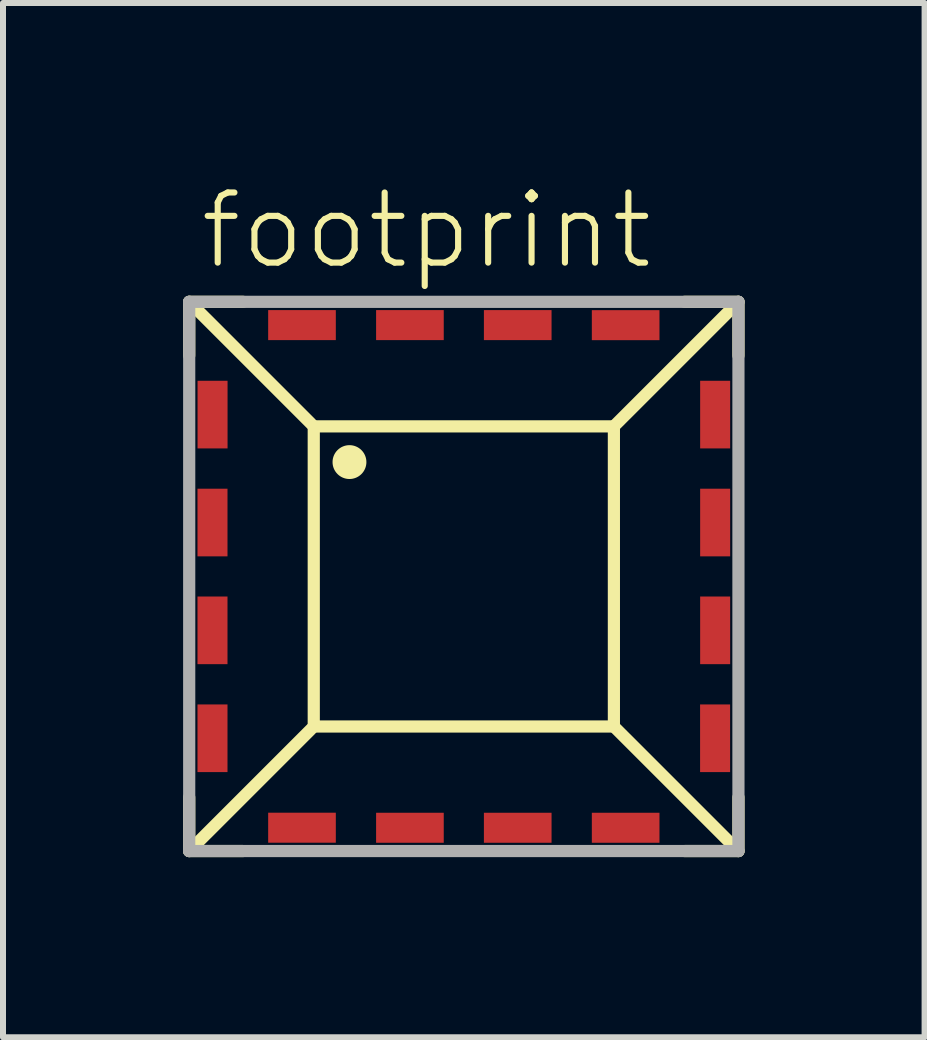
<source format=kicad_pcb>
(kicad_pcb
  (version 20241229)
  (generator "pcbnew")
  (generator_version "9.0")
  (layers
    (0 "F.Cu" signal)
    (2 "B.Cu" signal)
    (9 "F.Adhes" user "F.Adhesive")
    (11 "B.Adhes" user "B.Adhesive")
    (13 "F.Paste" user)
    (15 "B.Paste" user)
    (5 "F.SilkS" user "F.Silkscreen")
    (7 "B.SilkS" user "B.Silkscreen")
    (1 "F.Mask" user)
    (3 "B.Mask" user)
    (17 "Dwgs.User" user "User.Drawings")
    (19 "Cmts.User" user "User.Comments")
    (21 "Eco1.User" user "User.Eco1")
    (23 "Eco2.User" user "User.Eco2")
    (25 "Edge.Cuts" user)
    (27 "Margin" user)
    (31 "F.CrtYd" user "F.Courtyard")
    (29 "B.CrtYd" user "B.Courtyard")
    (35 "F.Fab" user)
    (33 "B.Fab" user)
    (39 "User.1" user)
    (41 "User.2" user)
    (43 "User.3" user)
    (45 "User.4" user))
  (footprint "footprint"
    (layer "F.Cu")
    (at 4.677 6.553)
    (property "Reference" "footprint" (at -4.445 -5.08 0) (layer "F.SilkS") (effects (font (size 1.168 1.168) (thickness 0.102)) (justify left bottom)))
    (fp_line (start -4.575 -4.575) (end -3.68 -4.575) (stroke (width 0.203) (type solid)) (layer "F.SilkS"))
    (fp_line (start -4.575 -3.68) (end -4.575 -4.575) (stroke (width 0.203) (type solid)) (layer "F.SilkS"))
    (fp_line (start -4.575 4.575) (end -4.575 3.68) (stroke (width 0.203) (type solid)) (layer "F.SilkS"))
    (fp_line (start -4.445 -4.445) (end -2.54 -2.54) (stroke (width 0.203) (type solid)) (layer "F.SilkS"))
    (fp_line (start -4.445 4.445) (end -2.54 2.54) (stroke (width 0.203) (type solid)) (layer "F.SilkS"))
    (fp_line (start -3.68 4.575) (end -4.575 4.575) (stroke (width 0.203) (type solid)) (layer "F.SilkS"))
    (fp_line (start -2.5 -2.5) (end 2.5 -2.5) (stroke (width 0.203) (type solid)) (layer "F.SilkS"))
    (fp_line (start -2.5 2.5) (end -2.5 -2.5) (stroke (width 0.203) (type solid)) (layer "F.SilkS"))
    (fp_line (start 2.5 -2.5) (end 2.5 2.5) (stroke (width 0.203) (type solid)) (layer "F.SilkS"))
    (fp_line (start 2.5 2.5) (end -2.5 2.5) (stroke (width 0.203) (type solid)) (layer "F.SilkS"))
    (fp_line (start 2.54 -2.54) (end 4.445 -4.445) (stroke (width 0.203) (type solid)) (layer "F.SilkS"))
    (fp_line (start 3.68 -4.575) (end 4.575 -4.575) (stroke (width 0.203) (type solid)) (layer "F.SilkS"))
    (fp_line (start 4.445 4.445) (end 2.54 2.54) (stroke (width 0.203) (type solid)) (layer "F.SilkS"))
    (fp_line (start 4.575 -4.575) (end 4.575 -3.68) (stroke (width 0.203) (type solid)) (layer "F.SilkS"))
    (fp_line (start 4.575 3.68) (end 4.575 4.575) (stroke (width 0.203) (type solid)) (layer "F.SilkS"))
    (fp_line (start 4.575 4.575) (end 3.68 4.575) (stroke (width 0.203) (type solid)) (layer "F.SilkS"))
    (fp_circle (center -1.905 -1.905) (end -1.764 -1.905) (stroke (width 0.282) (type solid)) (fill yes) (layer "F.SilkS"))
    (fp_line (start -4.575 -4.575) (end 4.575 -4.575) (stroke (width 0.203) (type solid)) (layer "F.Fab"))
    (fp_line (start -4.575 4.575) (end -4.575 -4.575) (stroke (width 0.203) (type solid)) (layer "F.Fab"))
    (fp_line (start 4.575 -4.575) (end 4.575 4.575) (stroke (width 0.203) (type solid)) (layer "F.Fab"))
    (fp_line (start 4.575 4.575) (end -4.575 4.575) (stroke (width 0.203) (type solid)) (layer "F.Fab"))
    (pad "1" smd rect (at -4.186 -2.696) (size 0.5 1.127) (layers "F.Cu" "F.Mask" "F.Paste"))
    (pad "2" smd rect (at -4.187 -0.898) (size 0.5 1.127) (layers "F.Cu" "F.Mask" "F.Paste"))
    (pad "3" smd rect (at -4.187 0.898) (size 0.5 1.127) (layers "F.Cu" "F.Mask" "F.Paste"))
    (pad "4" smd rect (at -4.187 2.696) (size 0.5 1.127) (layers "F.Cu" "F.Mask" "F.Paste"))
    (pad "5" smd rect (at -2.696 4.186 90) (size 0.5 1.127) (layers "F.Cu" "F.Mask" "F.Paste"))
    (pad "6" smd rect (at -0.898 4.187 90) (size 0.5 1.127) (layers "F.Cu" "F.Mask" "F.Paste"))
    (pad "7" smd rect (at 0.898 4.187 90) (size 0.5 1.127) (layers "F.Cu" "F.Mask" "F.Paste"))
    (pad "8" smd rect (at 2.696 4.187 90) (size 0.5 1.127) (layers "F.Cu" "F.Mask" "F.Paste"))
    (pad "9" smd rect (at 4.186 2.696 180) (size 0.5 1.127) (layers "F.Cu" "F.Mask" "F.Paste"))
    (pad "10" smd rect (at 4.187 0.898 180) (size 0.5 1.127) (layers "F.Cu" "F.Mask" "F.Paste"))
    (pad "11" smd rect (at 4.187 -0.898 180) (size 0.5 1.127) (layers "F.Cu" "F.Mask" "F.Paste"))
    (pad "12" smd rect (at 4.187 -2.696 180) (size 0.5 1.127) (layers "F.Cu" "F.Mask" "F.Paste"))
    (pad "13" smd rect (at 2.696 -4.186 270) (size 0.5 1.127) (layers "F.Cu" "F.Mask" "F.Paste"))
    (pad "14" smd rect (at 0.898 -4.187 270) (size 0.5 1.127) (layers "F.Cu" "F.Mask" "F.Paste"))
    (pad "15" smd rect (at -0.898 -4.187 270) (size 0.5 1.127) (layers "F.Cu" "F.Mask" "F.Paste"))
    (pad "16" smd rect (at -2.696 -4.187 270) (size 0.5 1.127) (layers "F.Cu" "F.Mask" "F.Paste")))
  (gr_rect
    (start -3 -3)
    (end 12.353 14.23)
    (stroke (width 0.1) (type default))
    (fill no)
    (layer "Edge.Cuts")))
</source>
